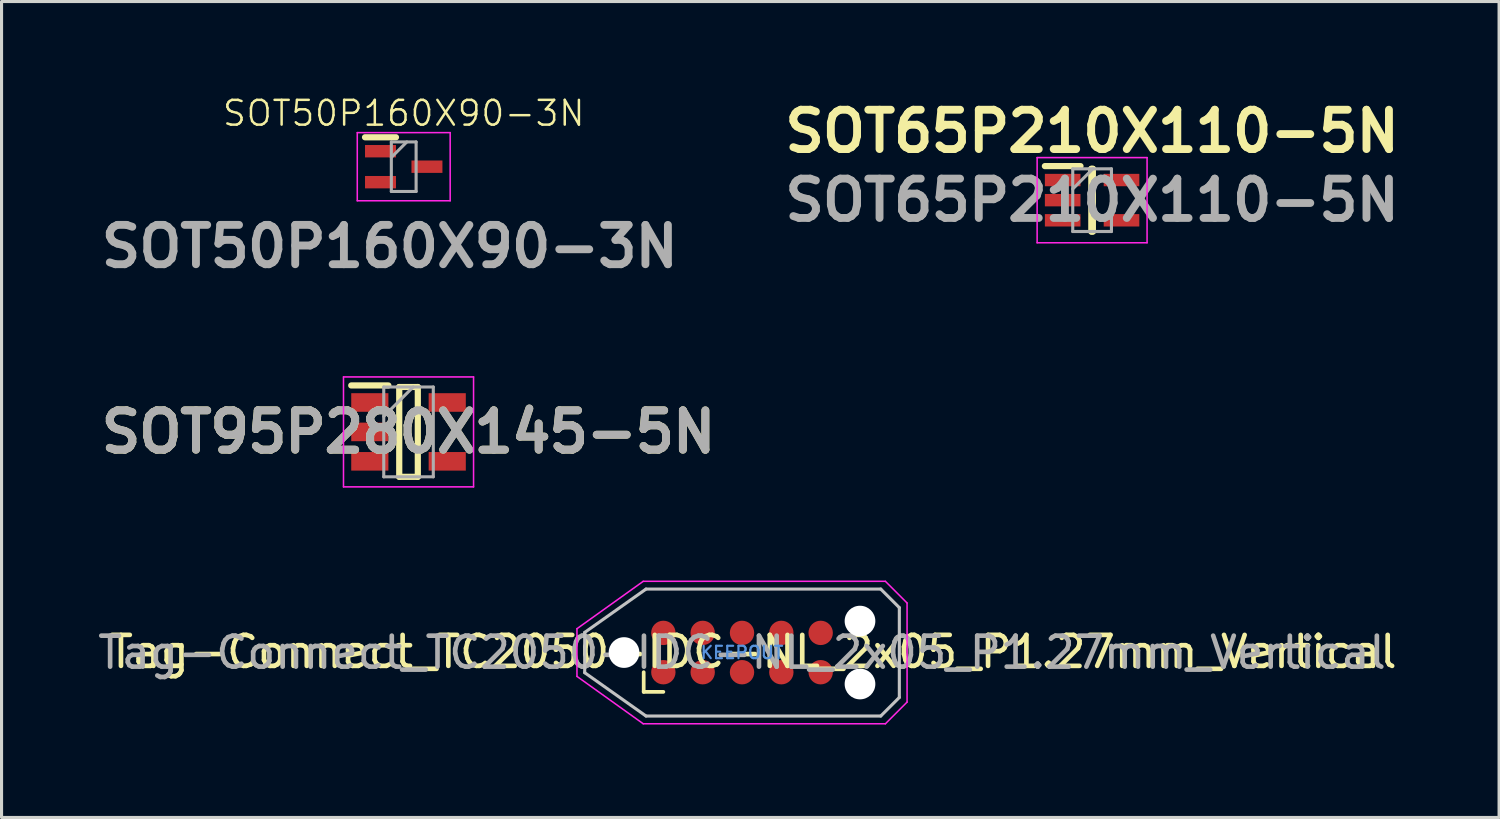
<source format=kicad_pcb>
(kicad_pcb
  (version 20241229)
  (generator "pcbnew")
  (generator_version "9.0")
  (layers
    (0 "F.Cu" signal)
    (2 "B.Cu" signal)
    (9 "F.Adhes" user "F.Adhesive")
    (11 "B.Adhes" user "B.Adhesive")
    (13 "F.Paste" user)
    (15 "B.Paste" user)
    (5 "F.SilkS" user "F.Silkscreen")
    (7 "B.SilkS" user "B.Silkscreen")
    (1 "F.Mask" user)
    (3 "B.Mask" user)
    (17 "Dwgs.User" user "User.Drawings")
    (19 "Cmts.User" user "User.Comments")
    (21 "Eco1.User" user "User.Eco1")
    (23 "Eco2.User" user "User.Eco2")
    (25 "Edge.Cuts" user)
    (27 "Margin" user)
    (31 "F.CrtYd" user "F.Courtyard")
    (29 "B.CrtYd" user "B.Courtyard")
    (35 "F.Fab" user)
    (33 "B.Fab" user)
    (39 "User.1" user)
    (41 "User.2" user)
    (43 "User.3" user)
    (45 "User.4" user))
  (footprint "SOT65P210X110-5N"
    (layer "F.Cu")
    (at 32.216 3.414)
    (property "Reference" "SOT65P210X110-5N" (at 0 -2.225 0) (layer "F.SilkS") (effects (font (size 1.27 1.27) (thickness 0.254))))
    (attr smd)
    (fp_line (start -1.525 -1.1) (end -0.375 -1.1) (stroke (width 0.2) (type solid)) (layer "F.SilkS"))
    (fp_line (start -0.025 -1.012) (end 0.025 -1.012) (stroke (width 0.2) (type solid)) (layer "F.SilkS"))
    (fp_line (start -0.025 1.012) (end -0.025 -1.012) (stroke (width 0.2) (type solid)) (layer "F.SilkS"))
    (fp_line (start 0.025 -1.012) (end 0.025 1.012) (stroke (width 0.2) (type solid)) (layer "F.SilkS"))
    (fp_line (start 0.025 1.012) (end -0.025 1.012) (stroke (width 0.2) (type solid)) (layer "F.SilkS"))
    (fp_line (start -1.775 -1.375) (end 1.775 -1.375) (stroke (width 0.05) (type solid)) (layer "F.CrtYd"))
    (fp_line (start -1.775 1.375) (end -1.775 -1.375) (stroke (width 0.05) (type solid)) (layer "F.CrtYd"))
    (fp_line (start 1.775 -1.375) (end 1.775 1.375) (stroke (width 0.05) (type solid)) (layer "F.CrtYd"))
    (fp_line (start 1.775 1.375) (end -1.775 1.375) (stroke (width 0.05) (type solid)) (layer "F.CrtYd"))
    (fp_line (start -0.625 -1.012) (end 0.625 -1.012) (stroke (width 0.1) (type solid)) (layer "F.Fab"))
    (fp_line (start -0.625 -0.362) (end 0.025 -1.012) (stroke (width 0.1) (type solid)) (layer "F.Fab"))
    (fp_line (start -0.625 1.012) (end -0.625 -1.012) (stroke (width 0.1) (type solid)) (layer "F.Fab"))
    (fp_line (start 0.625 -1.012) (end 0.625 1.012) (stroke (width 0.1) (type solid)) (layer "F.Fab"))
    (fp_line (start 0.625 1.012) (end -0.625 1.012) (stroke (width 0.1) (type solid)) (layer "F.Fab"))
    (fp_text user "${REFERENCE}" (at 0 0 0) (layer "F.Fab") (effects (font (size 1.27 1.27) (thickness 0.254))))
    (pad "1" smd rect (at -0.95 -0.65 90) (size 0.4 1.15) (layers "F.Cu" "F.Mask" "F.Paste"))
    (pad "2" smd rect (at -0.95 0 90) (size 0.4 1.15) (layers "F.Cu" "F.Mask" "F.Paste"))
    (pad "3" smd rect (at -0.95 0.65 90) (size 0.4 1.15) (layers "F.Cu" "F.Mask" "F.Paste"))
    (pad "4" smd rect (at 0.95 0.65 90) (size 0.4 1.15) (layers "F.Cu" "F.Mask" "F.Paste"))
    (pad "5" smd rect (at 0.95 -0.65 90) (size 0.4 1.15) (layers "F.Cu" "F.Mask" "F.Paste")))
  (footprint "SOT95P280X145-5N"
    (layer "F.Cu")
    (at 10.142 10.897)
    (property "Reference" "SOT95P280X145-5N" (at 0 0 0) (layer "F.SilkS") (effects (font (size 1.27 1.27) (thickness 0.254))))
    (attr smd)
    (fp_line (start -1.85 -1.5) (end -0.65 -1.5) (stroke (width 0.2) (type solid)) (layer "F.SilkS"))
    (fp_line (start -0.3 -1.45) (end 0.3 -1.45) (stroke (width 0.2) (type solid)) (layer "F.SilkS"))
    (fp_line (start -0.3 1.45) (end -0.3 -1.45) (stroke (width 0.2) (type solid)) (layer "F.SilkS"))
    (fp_line (start 0.3 -1.45) (end 0.3 1.45) (stroke (width 0.2) (type solid)) (layer "F.SilkS"))
    (fp_line (start 0.3 1.45) (end -0.3 1.45) (stroke (width 0.2) (type solid)) (layer "F.SilkS"))
    (fp_line (start -2.1 -1.775) (end 2.1 -1.775) (stroke (width 0.05) (type solid)) (layer "F.CrtYd"))
    (fp_line (start -2.1 1.775) (end -2.1 -1.775) (stroke (width 0.05) (type solid)) (layer "F.CrtYd"))
    (fp_line (start 2.1 -1.775) (end 2.1 1.775) (stroke (width 0.05) (type solid)) (layer "F.CrtYd"))
    (fp_line (start 2.1 1.775) (end -2.1 1.775) (stroke (width 0.05) (type solid)) (layer "F.CrtYd"))
    (fp_line (start -0.8 -1.45) (end 0.8 -1.45) (stroke (width 0.1) (type solid)) (layer "F.Fab"))
    (fp_line (start -0.8 -0.5) (end 0.15 -1.45) (stroke (width 0.1) (type solid)) (layer "F.Fab"))
    (fp_line (start -0.8 1.45) (end -0.8 -1.45) (stroke (width 0.1) (type solid)) (layer "F.Fab"))
    (fp_line (start 0.8 -1.45) (end 0.8 1.45) (stroke (width 0.1) (type solid)) (layer "F.Fab"))
    (fp_line (start 0.8 1.45) (end -0.8 1.45) (stroke (width 0.1) (type solid)) (layer "F.Fab"))
    (fp_text user "${REFERENCE}" (at 0 0 0) (layer "F.Fab") (effects (font (size 1.27 1.27) (thickness 0.254))))
    (pad "1" smd rect (at -1.25 -0.95 90) (size 0.6 1.2) (layers "F.Cu" "F.Mask" "F.Paste"))
    (pad "2" smd rect (at -1.25 0 90) (size 0.6 1.2) (layers "F.Cu" "F.Mask" "F.Paste"))
    (pad "3" smd rect (at -1.25 0.95 90) (size 0.6 1.2) (layers "F.Cu" "F.Mask" "F.Paste"))
    (pad "4" smd rect (at 1.25 0.95 90) (size 0.6 1.2) (layers "F.Cu" "F.Mask" "F.Paste"))
    (pad "5" smd rect (at 1.25 -0.95 90) (size 0.6 1.2) (layers "F.Cu" "F.Mask" "F.Paste")))
  (footprint "SOT50P160X90-3N"
    (layer "F.Cu")
    (at 9.987 2.333)
    (property "Reference" "SOT50P160X90-3N" (at 0 -1.725 0) (layer "F.SilkS") (effects (font (size 0.8 0.8) (thickness 0.08))))
    (attr smd)
    (fp_line (start -1.25 -0.95) (end -0.25 -0.95) (stroke (width 0.2) (type solid)) (layer "F.SilkS"))
    (fp_line (start -1.5 -1.1) (end 1.5 -1.1) (stroke (width 0.05) (type solid)) (layer "F.CrtYd"))
    (fp_line (start -1.5 1.1) (end -1.5 -1.1) (stroke (width 0.05) (type solid)) (layer "F.CrtYd"))
    (fp_line (start 1.5 -1.1) (end 1.5 1.1) (stroke (width 0.05) (type solid)) (layer "F.CrtYd"))
    (fp_line (start 1.5 1.1) (end -1.5 1.1) (stroke (width 0.05) (type solid)) (layer "F.CrtYd"))
    (fp_line (start -0.4 -0.8) (end 0.4 -0.8) (stroke (width 0.1) (type solid)) (layer "F.Fab"))
    (fp_line (start -0.4 -0.3) (end 0.1 -0.8) (stroke (width 0.1) (type solid)) (layer "F.Fab"))
    (fp_line (start -0.4 0.8) (end -0.4 -0.8) (stroke (width 0.1) (type solid)) (layer "F.Fab"))
    (fp_line (start 0.4 -0.8) (end 0.4 0.8) (stroke (width 0.1) (type solid)) (layer "F.Fab"))
    (fp_line (start 0.4 0.8) (end -0.4 0.8) (stroke (width 0.1) (type solid)) (layer "F.Fab"))
    (fp_text user "${REFERENCE}" (at -0.45 2.575 0) (layer "F.Fab") (effects (font (size 1.27 1.27) (thickness 0.254))))
    (pad "1" smd rect (at -0.75 -0.5 90) (size 0.4 1) (layers "F.Cu" "F.Mask" "F.Paste"))
    (pad "2" smd rect (at -0.75 0.5 90) (size 0.4 1) (layers "F.Cu" "F.Mask" "F.Paste"))
    (pad "3" smd rect (at 0.75 0 90) (size 0.4 1) (layers "F.Cu" "F.Mask" "F.Paste")))
  (footprint "Tag-Connect_TC2050-IDC-NL_2x05_P1.27mm_Vertical"
    (layer "F.Cu")
    (at 20.911 18.022)
    (property "Reference" "Tag-Connect_TC2050-IDC-NL_2x05_P1.27mm_Vertical" (at 0.35 -0.025 0) (layer "F.SilkS") (effects (font (size 1 1) (thickness 0.15))))
    (attr exclude_from_pos_files exclude_from_bom)
    (fp_line (start -3.175 1.27) (end -3.175 0.635) (stroke (width 0.12) (type solid)) (layer "F.SilkS"))
    (fp_line (start -2.54 1.27) (end -3.175 1.27) (stroke (width 0.12) (type solid)) (layer "F.SilkS"))
    (fp_line (start -5.08 -0.65) (end -3.1 -2.05) (stroke (width 0.1) (type solid)) (layer "Dwgs.User"))
    (fp_line (start -5.08 0.65) (end -5.08 -0.65) (stroke (width 0.1) (type solid)) (layer "Dwgs.User"))
    (fp_line (start -3.1 -2.05) (end 4.48 -2.05) (stroke (width 0.1) (type solid)) (layer "Dwgs.User"))
    (fp_line (start -3.1 2.05) (end -5.08 0.65) (stroke (width 0.1) (type solid)) (layer "Dwgs.User"))
    (fp_line (start 4.48 -2.05) (end 5.08 -1.45) (stroke (width 0.1) (type solid)) (layer "Dwgs.User"))
    (fp_line (start 4.48 2.05) (end -3.1 2.05) (stroke (width 0.1) (type solid)) (layer "Dwgs.User"))
    (fp_line (start 4.48 2.05) (end 5.08 1.45) (stroke (width 0.1) (type solid)) (layer "Dwgs.User"))
    (fp_line (start 5.08 -1.45) (end 5.08 1.45) (stroke (width 0.1) (type solid)) (layer "Dwgs.User"))
    (fp_line (start -5.33 -0.77) (end -3.19 -2.3) (stroke (width 0.05) (type solid)) (layer "F.CrtYd"))
    (fp_line (start -5.33 0.77) (end -5.33 -0.77) (stroke (width 0.05) (type solid)) (layer "F.CrtYd"))
    (fp_line (start -3.19 -2.3) (end 4.63 -2.3) (stroke (width 0.05) (type solid)) (layer "F.CrtYd"))
    (fp_line (start -3.19 2.3) (end -5.33 0.77) (stroke (width 0.05) (type solid)) (layer "F.CrtYd"))
    (fp_line (start 4.63 -2.3) (end 5.33 -1.6) (stroke (width 0.05) (type solid)) (layer "F.CrtYd"))
    (fp_line (start 4.63 2.3) (end -3.19 2.3) (stroke (width 0.05) (type solid)) (layer "F.CrtYd"))
    (fp_line (start 4.63 2.3) (end 5.33 1.6) (stroke (width 0.05) (type solid)) (layer "F.CrtYd"))
    (fp_line (start 5.33 -1.6) (end 5.33 1.6) (stroke (width 0.05) (type solid)) (layer "F.CrtYd"))
    (fp_text user "KEEPOUT" (at 0 0 0) (layer "Cmts.User") (effects (font (size 0.4 0.4) (thickness 0.07))))
    (fp_text user "${REFERENCE}" (at 0 0 0) (layer "F.Fab") (effects (font (size 1 1) (thickness 0.15))))
    (pad "" np_thru_hole circle (at -3.81 0) (size 0.991 0.991) (drill 0.991) (layers "*.Cu" "*.Mask"))
    (pad "" np_thru_hole circle (at 3.81 -1.016) (size 0.991 0.991) (drill 0.991) (layers "*.Cu" "*.Mask"))
    (pad "" np_thru_hole circle (at 3.81 1.016) (size 0.991 0.991) (drill 0.991) (layers "*.Cu" "*.Mask"))
    (pad "1" connect circle (at -2.54 0.635) (size 0.787 0.787) (layers "F.Cu" "F.Mask"))
    (pad "2" connect circle (at -1.27 0.635) (size 0.787 0.787) (layers "F.Cu" "F.Mask"))
    (pad "3" connect circle (at 0 0.635) (size 0.787 0.787) (layers "F.Cu" "F.Mask"))
    (pad "4" connect circle (at 1.27 0.635) (size 0.787 0.787) (layers "F.Cu" "F.Mask"))
    (pad "5" connect circle (at 2.54 0.635) (size 0.787 0.787) (layers "F.Cu" "F.Mask"))
    (pad "6" connect circle (at 2.54 -0.635) (size 0.787 0.787) (layers "F.Cu" "F.Mask"))
    (pad "7" connect circle (at 1.27 -0.635) (size 0.787 0.787) (layers "F.Cu" "F.Mask"))
    (pad "8" connect circle (at 0 -0.635) (size 0.787 0.787) (layers "F.Cu" "F.Mask"))
    (pad "9" connect circle (at -1.27 -0.635) (size 0.787 0.787) (layers "F.Cu" "F.Mask"))
    (pad "10" connect circle (at -2.54 -0.635) (size 0.787 0.787) (layers "F.Cu" "F.Mask"))
    (zone (net_name "") (layer "F.Cu") (hatch full 0.508) (connect_pads) (min_thickness 0.254) (filled_areas_thickness no) (keepout (tracks allowed) (vias not_allowed) (pads allowed) (copperpour not_allowed) (footprints not_allowed)) (placement (enabled no)) (fill) (polygon (pts (xy 18.371 18.657) (xy 23.451 18.657) (xy 23.451 17.387) (xy 18.371 17.387)))))
  (gr_rect
    (start -3 -3)
    (end 45.358 23.347)
    (stroke (width 0.1) (type default))
    (fill no)
    (layer "Edge.Cuts")))
</source>
